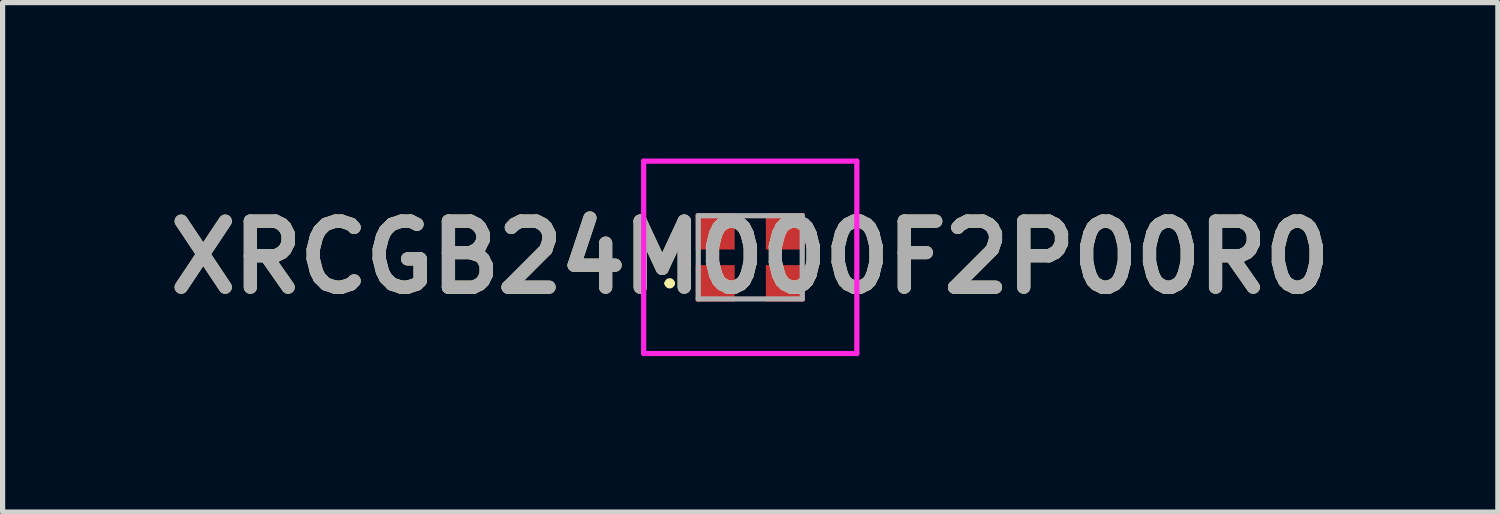
<source format=kicad_pcb>
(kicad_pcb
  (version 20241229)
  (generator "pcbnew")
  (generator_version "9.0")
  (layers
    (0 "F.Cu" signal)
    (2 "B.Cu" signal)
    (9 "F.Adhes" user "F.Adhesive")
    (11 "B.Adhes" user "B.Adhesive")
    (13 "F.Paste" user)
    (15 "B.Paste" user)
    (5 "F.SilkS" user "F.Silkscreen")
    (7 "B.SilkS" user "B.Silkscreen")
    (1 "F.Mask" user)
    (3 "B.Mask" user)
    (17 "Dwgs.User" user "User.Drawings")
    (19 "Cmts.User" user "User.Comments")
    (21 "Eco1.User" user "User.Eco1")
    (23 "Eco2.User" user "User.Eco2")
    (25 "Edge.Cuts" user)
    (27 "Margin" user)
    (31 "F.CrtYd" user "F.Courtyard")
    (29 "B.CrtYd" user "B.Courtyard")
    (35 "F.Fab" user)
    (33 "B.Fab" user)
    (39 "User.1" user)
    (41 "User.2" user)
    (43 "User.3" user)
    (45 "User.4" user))
  (footprint "XRCGB24M000F2P00R0"
    (layer "F.Cu")
    (at 11.382 1.9)
    (property "Reference" "XRCGB24M000F2P00R0" (at 0 0 0) (layer "F.SilkS") (effects (font (size 1.27 1.27) (thickness 0.254))))
    (attr smd)
    (fp_line (start -1.6 0.5) (end -1.6 0.5) (stroke (width 0.1) (type solid)) (layer "F.SilkS"))
    (fp_line (start -1.5 0.5) (end -1.5 0.5) (stroke (width 0.1) (type solid)) (layer "F.SilkS"))
    (fp_arc (start -1.6 0.5) (mid -1.55 0.45) (end -1.5 0.5) (stroke (width 0.1) (type solid)) (layer "F.SilkS"))
    (fp_arc (start -1.5 0.5) (mid -1.55 0.55) (end -1.6 0.5) (stroke (width 0.1) (type solid)) (layer "F.SilkS"))
    (fp_line (start -2.05 -1.85) (end 2.05 -1.85) (stroke (width 0.1) (type solid)) (layer "F.CrtYd"))
    (fp_line (start -2.05 1.85) (end -2.05 -1.85) (stroke (width 0.1) (type solid)) (layer "F.CrtYd"))
    (fp_line (start 2.05 -1.85) (end 2.05 1.85) (stroke (width 0.1) (type solid)) (layer "F.CrtYd"))
    (fp_line (start 2.05 1.85) (end -2.05 1.85) (stroke (width 0.1) (type solid)) (layer "F.CrtYd"))
    (fp_line (start -1 -0.8) (end 1 -0.8) (stroke (width 0.1) (type solid)) (layer "F.Fab"))
    (fp_line (start -1 0.8) (end -1 -0.8) (stroke (width 0.1) (type solid)) (layer "F.Fab"))
    (fp_line (start 1 -0.8) (end 1 0.8) (stroke (width 0.1) (type solid)) (layer "F.Fab"))
    (fp_line (start 1 0.8) (end -1 0.8) (stroke (width 0.1) (type solid)) (layer "F.Fab"))
    (fp_text user "${REFERENCE}" (at 0 0 0) (layer "F.Fab") (effects (font (size 1.27 1.27) (thickness 0.254))))
    (pad "1" smd rect (at -0.675 0.5 90) (size 0.7 0.75) (layers "F.Cu" "F.Mask" "F.Paste"))
    (pad "2" smd rect (at 0.675 0.5 90) (size 0.7 0.75) (layers "F.Cu" "F.Mask" "F.Paste"))
    (pad "3" smd rect (at 0.675 -0.5 90) (size 0.7 0.75) (layers "F.Cu" "F.Mask" "F.Paste"))
    (pad "4" smd rect (at -0.675 -0.5 90) (size 0.7 0.75) (layers "F.Cu" "F.Mask" "F.Paste")))
  (gr_rect
    (start -3 -3)
    (end 25.763 6.8)
    (stroke (width 0.1) (type default))
    (fill no)
    (layer "Edge.Cuts")))
</source>
